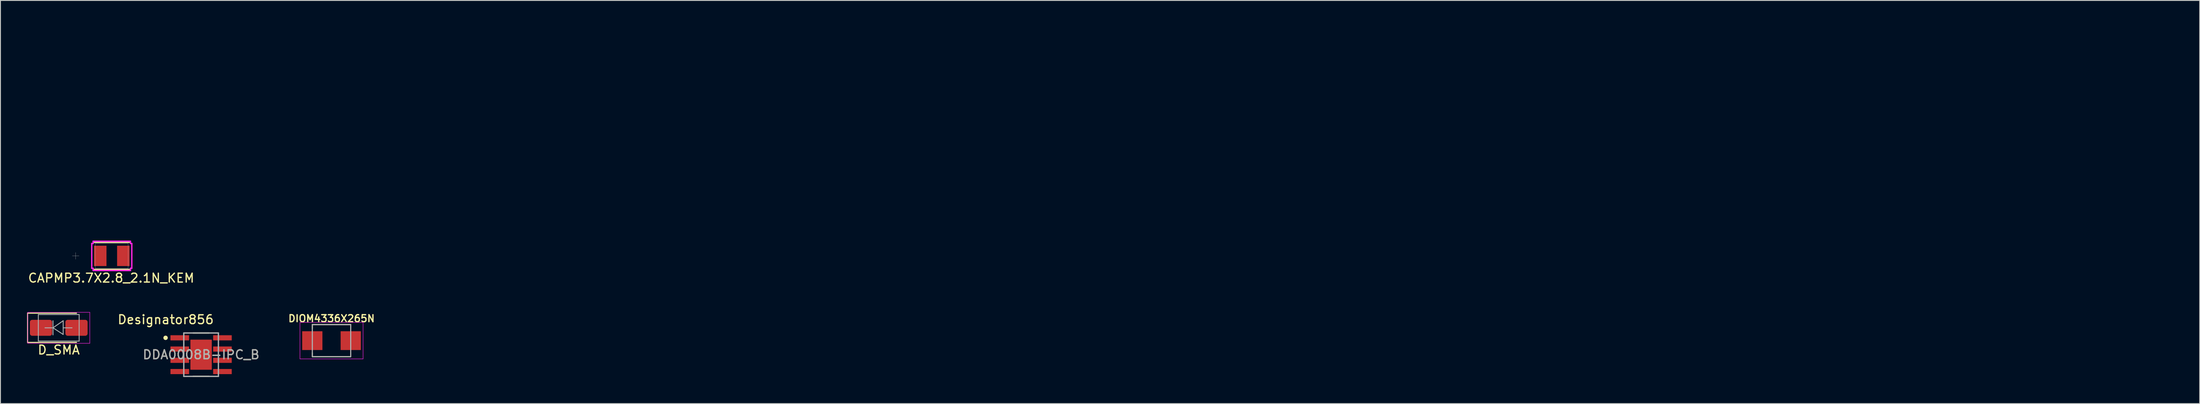
<source format=kicad_pcb>
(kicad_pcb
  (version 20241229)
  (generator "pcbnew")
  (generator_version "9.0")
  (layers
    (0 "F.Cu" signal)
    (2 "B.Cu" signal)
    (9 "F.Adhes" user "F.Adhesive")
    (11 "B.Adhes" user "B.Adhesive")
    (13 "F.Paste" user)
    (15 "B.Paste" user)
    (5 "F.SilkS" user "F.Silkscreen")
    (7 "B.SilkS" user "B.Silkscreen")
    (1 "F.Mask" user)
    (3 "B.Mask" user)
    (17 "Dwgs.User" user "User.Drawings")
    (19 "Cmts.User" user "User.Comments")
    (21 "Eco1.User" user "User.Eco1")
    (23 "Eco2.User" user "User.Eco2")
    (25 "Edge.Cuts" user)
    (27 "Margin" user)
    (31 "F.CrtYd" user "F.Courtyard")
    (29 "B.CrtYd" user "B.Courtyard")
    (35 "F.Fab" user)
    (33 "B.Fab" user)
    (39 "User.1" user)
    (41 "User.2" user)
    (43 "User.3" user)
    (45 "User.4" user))
  (footprint "D_SMA"
    (layer "F.Cu")
    (at 3.57 33.972)
    (property "Reference" "D_SMA" (at 0 2.5 180) (layer "F.SilkS") (effects (font (size 1 1) (thickness 0.15))))
    (attr smd)
    (fp_line (start -3.51 -1.65) (end -3.51 1.65) (stroke (width 0.12) (type solid)) (layer "F.SilkS"))
    (fp_line (start -3.51 -1.65) (end 2 -1.65) (stroke (width 0.12) (type solid)) (layer "F.SilkS"))
    (fp_line (start -3.51 1.65) (end 2 1.65) (stroke (width 0.12) (type solid)) (layer "F.SilkS"))
    (fp_line (start -3.5 -1.75) (end 3.5 -1.75) (stroke (width 0.05) (type solid)) (layer "F.CrtYd"))
    (fp_line (start -3.5 1.75) (end -3.5 -1.75) (stroke (width 0.05) (type solid)) (layer "F.CrtYd"))
    (fp_line (start 3.5 -1.75) (end 3.5 1.75) (stroke (width 0.05) (type solid)) (layer "F.CrtYd"))
    (fp_line (start 3.5 1.75) (end -3.5 1.75) (stroke (width 0.05) (type solid)) (layer "F.CrtYd"))
    (fp_line (start -2.3 1.5) (end -2.3 -1.5) (stroke (width 0.1) (type solid)) (layer "F.Fab"))
    (fp_line (start -0.649 -0.799) (end -0.649 0.801) (stroke (width 0.1) (type solid)) (layer "F.Fab"))
    (fp_line (start -0.649 0.001) (end -1.551 0.001) (stroke (width 0.1) (type solid)) (layer "F.Fab"))
    (fp_line (start -0.649 0.001) (end 0.501 -0.799) (stroke (width 0.1) (type solid)) (layer "F.Fab"))
    (fp_line (start -0.649 0.001) (end 0.501 0.75) (stroke (width 0.1) (type solid)) (layer "F.Fab"))
    (fp_line (start 0.501 0.001) (end 1.499 0.001) (stroke (width 0.1) (type solid)) (layer "F.Fab"))
    (fp_line (start 0.501 0.75) (end 0.501 -0.799) (stroke (width 0.1) (type solid)) (layer "F.Fab"))
    (fp_line (start 2.3 -1.5) (end -2.3 -1.5) (stroke (width 0.1) (type solid)) (layer "F.Fab"))
    (fp_line (start 2.3 -1.5) (end 2.3 1.5) (stroke (width 0.1) (type solid)) (layer "F.Fab"))
    (fp_line (start 2.3 1.5) (end -2.3 1.5) (stroke (width 0.1) (type solid)) (layer "F.Fab"))
    (pad "1" smd roundrect (at -2 0) (size 2.5 1.8) (layers "F.Cu" "F.Mask" "F.Paste") (roundrect_rratio 0.139))
    (pad "2" smd roundrect (at 2 0) (size 2.5 1.8) (layers "F.Cu" "F.Mask" "F.Paste") (roundrect_rratio 0.139)))
  (footprint "DIOM4336X265N"
    (layer "F.Cu")
    (at 34.311 35.421)
    (property "Reference" "DIOM4336X265N" (at 0 -2.5 180) (layer "F.SilkS") (effects (font (size 0.787 0.787) (thickness 0.15))))
    (attr smd)
    (fp_line (start -2.163 -1.812) (end -2.163 -1.38) (stroke (width 0.127) (type solid)) (layer "F.SilkS"))
    (fp_line (start -2.163 1.812) (end -2.163 1.38) (stroke (width 0.127) (type solid)) (layer "F.SilkS"))
    (fp_line (start -2.163 1.812) (end 2.163 1.812) (stroke (width 0.127) (type solid)) (layer "F.SilkS"))
    (fp_line (start 2.163 -1.812) (end -2.163 -1.812) (stroke (width 0.127) (type solid)) (layer "F.SilkS"))
    (fp_line (start 2.163 -1.38) (end 2.163 -1.812) (stroke (width 0.127) (type solid)) (layer "F.SilkS"))
    (fp_line (start 2.163 1.812) (end 2.163 1.38) (stroke (width 0.127) (type solid)) (layer "F.SilkS"))
    (fp_line (start -3.555 -2.062) (end -3.555 2.062) (stroke (width 0.05) (type solid)) (layer "F.CrtYd"))
    (fp_line (start -3.555 2.062) (end 3.555 2.062) (stroke (width 0.05) (type solid)) (layer "F.CrtYd"))
    (fp_line (start 3.555 -2.062) (end -3.555 -2.062) (stroke (width 0.05) (type solid)) (layer "F.CrtYd"))
    (fp_line (start 3.555 2.062) (end 3.555 -2.062) (stroke (width 0.05) (type solid)) (layer "F.CrtYd"))
    (fp_line (start -2.163 -1.812) (end -2.163 1.812) (stroke (width 0.127) (type solid)) (layer "F.Fab"))
    (fp_line (start -2.163 1.812) (end 2.163 1.812) (stroke (width 0.127) (type solid)) (layer "F.Fab"))
    (fp_line (start 2.163 -1.812) (end -2.163 -1.812) (stroke (width 0.127) (type solid)) (layer "F.Fab"))
    (fp_line (start 2.163 1.812) (end 2.163 -1.812) (stroke (width 0.127) (type solid)) (layer "F.Fab"))
    (pad "1" smd rect (at -2.165 0) (size 2.28 2.12) (layers "F.Cu" "F.Mask" "F.Paste"))
    (pad "2" smd rect (at 2.165 0) (size 2.28 2.12) (layers "F.Cu" "F.Mask" "F.Paste")))
  (footprint "DDA0008B-IPC_B"
    (layer "F.Cu")
    (at 19.613 37.008)
    (property "Reference" "DDA0008B-IPC_B" (at 0 0 0) (unlocked yes) (layer "F.SilkS") (effects (font (size 1 1) (thickness 0.15))))
    (attr smd)
    (fp_line (start -0.904 -2.45) (end 0.904 -2.45) (stroke (width 0.15) (type solid)) (layer "F.SilkS"))
    (fp_line (start -0.904 2.45) (end 0.904 2.45) (stroke (width 0.15) (type solid)) (layer "F.SilkS"))
    (fp_circle (center -4.003 -1.905) (end -3.878 -1.905) (stroke (width 0.25) (type solid)) (fill no) (layer "F.SilkS"))
    (fp_poly (pts (xy -0.691 1.186) (xy 0.691 1.186) (xy 0.691 -1.186) (xy -0.691 -1.186)) (stroke (width 0) (type solid)) (fill yes) (layer "F.Paste"))
    (fp_line (start -1.95 -2.45) (end 1.95 -2.45) (stroke (width 0.15) (type solid)) (layer "F.Fab"))
    (fp_line (start -1.95 2.45) (end -1.95 -2.45) (stroke (width 0.15) (type solid)) (layer "F.Fab"))
    (fp_line (start -1.95 2.45) (end 1.95 2.45) (stroke (width 0.15) (type solid)) (layer "F.Fab"))
    (fp_line (start 1.95 2.45) (end 1.95 -2.45) (stroke (width 0.15) (type solid)) (layer "F.Fab"))
    (fp_text user "Designator856" (at -3.988 -3.962 0) (unlocked yes) (layer "F.SilkS") (effects (font (size 1 1) (thickness 0.15))))
    (fp_text user "${REFERENCE}" (at 0 0 0) (unlocked yes) (layer "F.Fab") (effects (font (size 1 1) (thickness 0.15))))
    (pad "1" smd rect (at -2.404 -1.905) (size 2.098 0.582) (layers "F.Cu" "F.Mask" "F.Paste"))
    (pad "2" smd rect (at -2.404 -0.635) (size 2.098 0.582) (layers "F.Cu" "F.Mask" "F.Paste"))
    (pad "3" smd rect (at -2.404 0.635) (size 2.098 0.582) (layers "F.Cu" "F.Mask" "F.Paste"))
    (pad "4" smd rect (at -2.404 1.905) (size 2.098 0.582) (layers "F.Cu" "F.Mask" "F.Paste"))
    (pad "5" smd rect (at 2.404 1.905) (size 2.098 0.582) (layers "F.Cu" "F.Mask" "F.Paste"))
    (pad "6" smd rect (at 2.404 0.635) (size 2.098 0.582) (layers "F.Cu" "F.Mask" "F.Paste"))
    (pad "7" smd rect (at 2.404 -0.635) (size 2.098 0.582) (layers "F.Cu" "F.Mask" "F.Paste"))
    (pad "8" smd rect (at 2.404 -1.905) (size 2.098 0.582) (layers "F.Cu" "F.Mask" "F.Paste"))
    (pad "9" smd rect (at 0 0) (size 2.41 3.4) (layers "F.Cu" "F.Mask")))
  (footprint "CAPMP3.7X2.8_2.1N_KEM"
    (layer "F.Cu")
    (at 9.548 25.849)
    (property "Reference" "CAPMP3.7X2.8_2.1N_KEM" (at -0.066 2.5 0) (unlocked yes) (layer "F.SilkS") (effects (font (size 1 1) (thickness 0.15))))
    (attr smd)
    (fp_line (start -1.977 1.527) (end 1.977 1.527) (stroke (width 0.152) (type solid)) (layer "F.SilkS"))
    (fp_line (start 1.977 -1.527) (end -1.977 -1.527) (stroke (width 0.152) (type solid)) (layer "F.SilkS"))
    (fp_line (start -2.256 -1.404) (end -2.104 -1.404) (stroke (width 0.152) (type solid)) (layer "F.CrtYd"))
    (fp_line (start -2.256 1.404) (end -2.256 -1.404) (stroke (width 0.152) (type solid)) (layer "F.CrtYd"))
    (fp_line (start -2.104 -1.654) (end 2.104 -1.654) (stroke (width 0.152) (type solid)) (layer "F.CrtYd"))
    (fp_line (start -2.104 -1.404) (end -2.104 -1.654) (stroke (width 0.152) (type solid)) (layer "F.CrtYd"))
    (fp_line (start -2.104 1.404) (end -2.256 1.404) (stroke (width 0.152) (type solid)) (layer "F.CrtYd"))
    (fp_line (start -2.104 1.654) (end -2.104 1.404) (stroke (width 0.152) (type solid)) (layer "F.CrtYd"))
    (fp_line (start 2.104 -1.654) (end 2.104 -1.404) (stroke (width 0.152) (type solid)) (layer "F.CrtYd"))
    (fp_line (start 2.104 -1.404) (end 2.256 -1.404) (stroke (width 0.152) (type solid)) (layer "F.CrtYd"))
    (fp_line (start 2.104 1.404) (end 2.104 1.654) (stroke (width 0.152) (type solid)) (layer "F.CrtYd"))
    (fp_line (start 2.104 1.654) (end -2.104 1.654) (stroke (width 0.152) (type solid)) (layer "F.CrtYd"))
    (fp_line (start 2.256 -1.404) (end 2.256 1.404) (stroke (width 0.152) (type solid)) (layer "F.CrtYd"))
    (fp_line (start 2.256 1.404) (end 2.104 1.404) (stroke (width 0.152) (type solid)) (layer "F.CrtYd"))
    (fp_line (start -4.07 -0.381) (end -4.07 0.381) (stroke (width 0.025) (type solid)) (layer "F.Fab"))
    (fp_line (start -3.689 0) (end -4.451 0) (stroke (width 0.025) (type solid)) (layer "F.Fab"))
    (fp_line (start -1.85 -1.4) (end -1.85 1.4) (stroke (width 0.025) (type solid)) (layer "F.Fab"))
    (fp_line (start -1.85 1.4) (end 1.85 1.4) (stroke (width 0.025) (type solid)) (layer "F.Fab"))
    (fp_line (start 1.85 -1.4) (end -1.85 -1.4) (stroke (width 0.025) (type solid)) (layer "F.Fab"))
    (fp_line (start 1.85 1.4) (end 1.85 -1.4) (stroke (width 0.025) (type solid)) (layer "F.Fab"))
    (pad "1" smd rect (at -1.3 -0.000001 90) (size 2.3 1.405) (layers "F.Cu" "F.Mask" "F.Paste"))
    (pad "2" smd rect (at 1.3 0.000001 90) (size 2.3 1.405) (layers "F.Cu" "F.Mask" "F.Paste"))
    (zone (net_name "") (layer "F.Cu") (hatch full 0.508) (connect_pads) (min_thickness 0.254) (filled_areas_thickness no) (keepout (tracks not_allowed) (vias not_allowed) (pads allowed) (copperpour not_allowed) (footprints allowed)) (placement (enabled no)) (fill) (polygon (pts (xy 238.248 0) (xy 241.847 0) (xy 241.847 0.148) (xy 238.248 0.148))))
    (zone (net_name "") (layer "F.Cu") (hatch full 0.508) (connect_pads) (min_thickness 0.254) (filled_areas_thickness no) (keepout (tracks not_allowed) (vias not_allowed) (pads allowed) (copperpour not_allowed) (footprints allowed)) (placement (enabled no)) (fill) (polygon (pts (xy 238.248 2.55) (xy 241.847 2.55) (xy 241.847 2.698) (xy 238.248 2.698))))
    (zone (net_name "") (layer "F.Cu") (hatch full 0.508) (connect_pads) (min_thickness 0.254) (filled_areas_thickness no) (keepout (tracks not_allowed) (vias not_allowed) (pads allowed) (copperpour not_allowed) (footprints allowed)) (placement (enabled no)) (fill) (polygon (pts (xy 239.301 0.148) (xy 240.794 0.148) (xy 240.794 2.55) (xy 239.301 2.55)))))
  (gr_rect
    (start -3 -3)
    (end 244.847 42.533)
    (stroke (width 0.1) (type default))
    (fill no)
    (layer "Edge.Cuts")))
</source>
